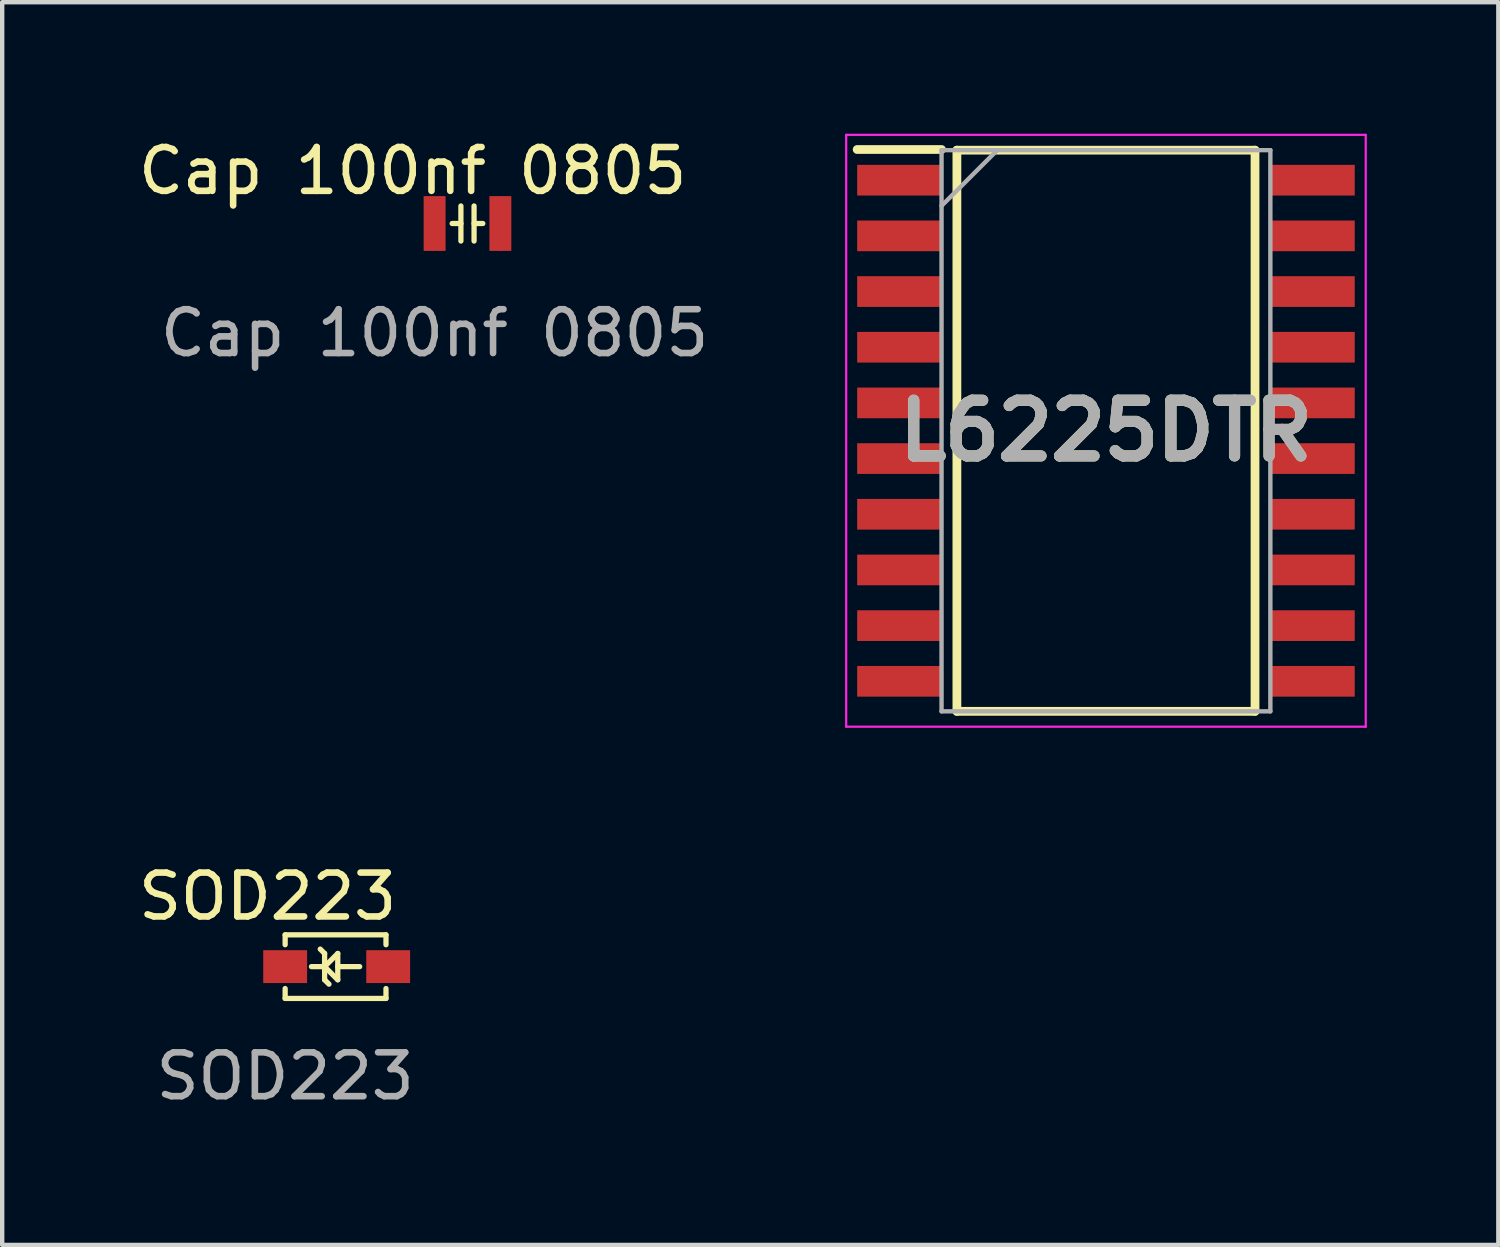
<source format=kicad_pcb>
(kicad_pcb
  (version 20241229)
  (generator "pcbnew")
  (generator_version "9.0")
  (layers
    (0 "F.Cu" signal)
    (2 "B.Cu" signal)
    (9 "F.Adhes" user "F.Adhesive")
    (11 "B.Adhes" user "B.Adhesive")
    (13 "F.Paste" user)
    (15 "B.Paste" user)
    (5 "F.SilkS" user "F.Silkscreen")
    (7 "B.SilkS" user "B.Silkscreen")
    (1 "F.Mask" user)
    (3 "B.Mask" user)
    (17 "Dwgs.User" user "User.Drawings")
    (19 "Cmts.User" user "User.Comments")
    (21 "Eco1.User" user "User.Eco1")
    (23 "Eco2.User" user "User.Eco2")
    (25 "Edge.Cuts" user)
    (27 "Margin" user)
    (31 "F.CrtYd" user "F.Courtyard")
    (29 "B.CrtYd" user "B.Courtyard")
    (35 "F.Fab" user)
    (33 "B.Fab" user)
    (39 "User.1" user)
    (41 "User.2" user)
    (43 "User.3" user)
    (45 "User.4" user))
  (footprint "Cap 100nf 0805"
    (layer "F.Cu")
    (at 6.863 2.048)
    (property "Reference" "Cap 100nf 0805" (at -0.5 -1.2 0) (unlocked yes) (layer "F.SilkS") (effects (font (size 1 1) (thickness 0.15))))
    (attr smd)
    (fp_line (start 0.4 0) (end 0.6 0) (stroke (width 0.12) (type solid)) (layer "F.SilkS"))
    (fp_line (start 0.6 -0.4) (end 0.6 0.4) (stroke (width 0.12) (type solid)) (layer "F.SilkS"))
    (fp_line (start 0.9 -0.4) (end 0.9 0.4) (stroke (width 0.12) (type solid)) (layer "F.SilkS"))
    (fp_line (start 0.9 0) (end 1.1 0) (stroke (width 0.12) (type solid)) (layer "F.SilkS"))
    (fp_text user "${REFERENCE}" (at 0 2.5 0) (unlocked yes) (layer "F.Fab") (effects (font (size 1 1) (thickness 0.15))))
    (pad "1" smd rect (at 0 0 180) (size 0.5 1.25) (layers "F.Cu" "F.Mask" "F.Paste"))
    (pad "2" smd rect (at 1.5 0) (size 0.5 1.25) (layers "F.Cu" "F.Mask" "F.Paste")))
  (footprint "L6225DTR"
    (layer "F.Cu")
    (at 22.176 6.775)
    (property "Reference" "L6225DTR" (at 0 0 0) (layer "F.SilkS") (effects (font (size 1.27 1.27) (thickness 0.254))))
    (attr smd)
    (fp_line (start -5.675 -6.415) (end -3.75 -6.415) (stroke (width 0.2) (type solid)) (layer "F.SilkS"))
    (fp_line (start -3.4 -6.4) (end 3.4 -6.4) (stroke (width 0.2) (type solid)) (layer "F.SilkS"))
    (fp_line (start -3.4 6.4) (end -3.4 -6.4) (stroke (width 0.2) (type solid)) (layer "F.SilkS"))
    (fp_line (start 3.4 -6.4) (end 3.4 6.4) (stroke (width 0.2) (type solid)) (layer "F.SilkS"))
    (fp_line (start 3.4 6.4) (end -3.4 6.4) (stroke (width 0.2) (type solid)) (layer "F.SilkS"))
    (fp_line (start -5.925 -6.75) (end 5.925 -6.75) (stroke (width 0.05) (type solid)) (layer "F.CrtYd"))
    (fp_line (start -5.925 6.75) (end -5.925 -6.75) (stroke (width 0.05) (type solid)) (layer "F.CrtYd"))
    (fp_line (start 5.925 -6.75) (end 5.925 6.75) (stroke (width 0.05) (type solid)) (layer "F.CrtYd"))
    (fp_line (start 5.925 6.75) (end -5.925 6.75) (stroke (width 0.05) (type solid)) (layer "F.CrtYd"))
    (fp_line (start -3.75 -6.4) (end 3.75 -6.4) (stroke (width 0.1) (type solid)) (layer "F.Fab"))
    (fp_line (start -3.75 -5.13) (end -2.48 -6.4) (stroke (width 0.1) (type solid)) (layer "F.Fab"))
    (fp_line (start -3.75 6.4) (end -3.75 -6.4) (stroke (width 0.1) (type solid)) (layer "F.Fab"))
    (fp_line (start 3.75 -6.4) (end 3.75 6.4) (stroke (width 0.1) (type solid)) (layer "F.Fab"))
    (fp_line (start 3.75 6.4) (end -3.75 6.4) (stroke (width 0.1) (type solid)) (layer "F.Fab"))
    (fp_text user "${REFERENCE}" (at 0 0 0) (layer "F.Fab") (effects (font (size 1.27 1.27) (thickness 0.254))))
    (pad "1" smd rect (at -4.712 -5.715 90) (size 0.7 1.925) (layers "F.Cu" "F.Mask" "F.Paste"))
    (pad "2" smd rect (at -4.712 -4.445 90) (size 0.7 1.925) (layers "F.Cu" "F.Mask" "F.Paste"))
    (pad "3" smd rect (at -4.712 -3.175 90) (size 0.7 1.925) (layers "F.Cu" "F.Mask" "F.Paste"))
    (pad "4" smd rect (at -4.712 -1.905 90) (size 0.7 1.925) (layers "F.Cu" "F.Mask" "F.Paste"))
    (pad "5" smd rect (at -4.712 -0.635 90) (size 0.7 1.925) (layers "F.Cu" "F.Mask" "F.Paste"))
    (pad "6" smd rect (at -4.712 0.635 90) (size 0.7 1.925) (layers "F.Cu" "F.Mask" "F.Paste"))
    (pad "7" smd rect (at -4.712 1.905 90) (size 0.7 1.925) (layers "F.Cu" "F.Mask" "F.Paste"))
    (pad "8" smd rect (at -4.712 3.175 90) (size 0.7 1.925) (layers "F.Cu" "F.Mask" "F.Paste"))
    (pad "9" smd rect (at -4.712 4.445 90) (size 0.7 1.925) (layers "F.Cu" "F.Mask" "F.Paste"))
    (pad "10" smd rect (at -4.712 5.715 90) (size 0.7 1.925) (layers "F.Cu" "F.Mask" "F.Paste"))
    (pad "11" smd rect (at 4.712 5.715 90) (size 0.7 1.925) (layers "F.Cu" "F.Mask" "F.Paste"))
    (pad "12" smd rect (at 4.712 4.445 90) (size 0.7 1.925) (layers "F.Cu" "F.Mask" "F.Paste"))
    (pad "13" smd rect (at 4.712 3.175 90) (size 0.7 1.925) (layers "F.Cu" "F.Mask" "F.Paste"))
    (pad "14" smd rect (at 4.712 1.905 90) (size 0.7 1.925) (layers "F.Cu" "F.Mask" "F.Paste"))
    (pad "15" smd rect (at 4.712 0.635 90) (size 0.7 1.925) (layers "F.Cu" "F.Mask" "F.Paste"))
    (pad "16" smd rect (at 4.712 -0.635 90) (size 0.7 1.925) (layers "F.Cu" "F.Mask" "F.Paste"))
    (pad "17" smd rect (at 4.712 -1.905 90) (size 0.7 1.925) (layers "F.Cu" "F.Mask" "F.Paste"))
    (pad "18" smd rect (at 4.712 -3.175 90) (size 0.7 1.925) (layers "F.Cu" "F.Mask" "F.Paste"))
    (pad "19" smd rect (at 4.712 -4.445 90) (size 0.7 1.925) (layers "F.Cu" "F.Mask" "F.Paste"))
    (pad "20" smd rect (at 4.712 -5.715 90) (size 0.7 1.925) (layers "F.Cu" "F.Mask" "F.Paste")))
  (footprint "SOD223"
    (layer "F.Cu")
    (at 3.454 18.998)
    (property "Reference" "SOD223" (at -0.4 -1.6 0) (unlocked yes) (layer "F.SilkS") (effects (font (size 1 1) (thickness 0.15))))
    (attr smd)
    (fp_line (start 0 -0.725) (end 0 -0.5) (stroke (width 0.12) (type solid)) (layer "F.SilkS"))
    (fp_line (start 0 0.5) (end 0 0.725) (stroke (width 0.12) (type solid)) (layer "F.SilkS"))
    (fp_line (start 0 0.725) (end 2.3 0.725) (stroke (width 0.12) (type solid)) (layer "F.SilkS"))
    (fp_line (start 0.6 0) (end 0.9 0) (stroke (width 0.12) (type solid)) (layer "F.SilkS"))
    (fp_line (start 0.8 -0.4) (end 0.9 -0.3) (stroke (width 0.12) (type solid)) (layer "F.SilkS"))
    (fp_line (start 0.9 -0.3) (end 0.9 0.3) (stroke (width 0.12) (type solid)) (layer "F.SilkS"))
    (fp_line (start 0.9 0) (end 1.2 -0.3) (stroke (width 0.12) (type solid)) (layer "F.SilkS"))
    (fp_line (start 0.9 0.3) (end 1 0.4) (stroke (width 0.12) (type solid)) (layer "F.SilkS"))
    (fp_line (start 1.2 -0.3) (end 1.2 0.3) (stroke (width 0.12) (type solid)) (layer "F.SilkS"))
    (fp_line (start 1.2 0) (end 1.7 0) (stroke (width 0.12) (type solid)) (layer "F.SilkS"))
    (fp_line (start 1.2 0.3) (end 0.9 0) (stroke (width 0.12) (type solid)) (layer "F.SilkS"))
    (fp_line (start 2.3 -0.725) (end 0 -0.725) (stroke (width 0.12) (type solid)) (layer "F.SilkS"))
    (fp_line (start 2.3 -0.5) (end 2.3 -0.725) (stroke (width 0.12) (type solid)) (layer "F.SilkS"))
    (fp_line (start 2.3 0.725) (end 2.3 0.5) (stroke (width 0.12) (type solid)) (layer "F.SilkS"))
    (fp_text user "${REFERENCE}" (at 0 2.5 0) (unlocked yes) (layer "F.Fab") (effects (font (size 1 1) (thickness 0.15))))
    (pad "1" smd rect (at 0 0) (size 1 0.75) (layers "F.Cu" "F.Mask" "F.Paste"))
    (pad "2" smd rect (at 2.35 0) (size 1 0.75) (layers "F.Cu" "F.Mask" "F.Paste")))
  (gr_rect
    (start -3 -3)
    (end 31.126 25.346)
    (stroke (width 0.1) (type default))
    (fill no)
    (layer "Edge.Cuts")))
</source>
